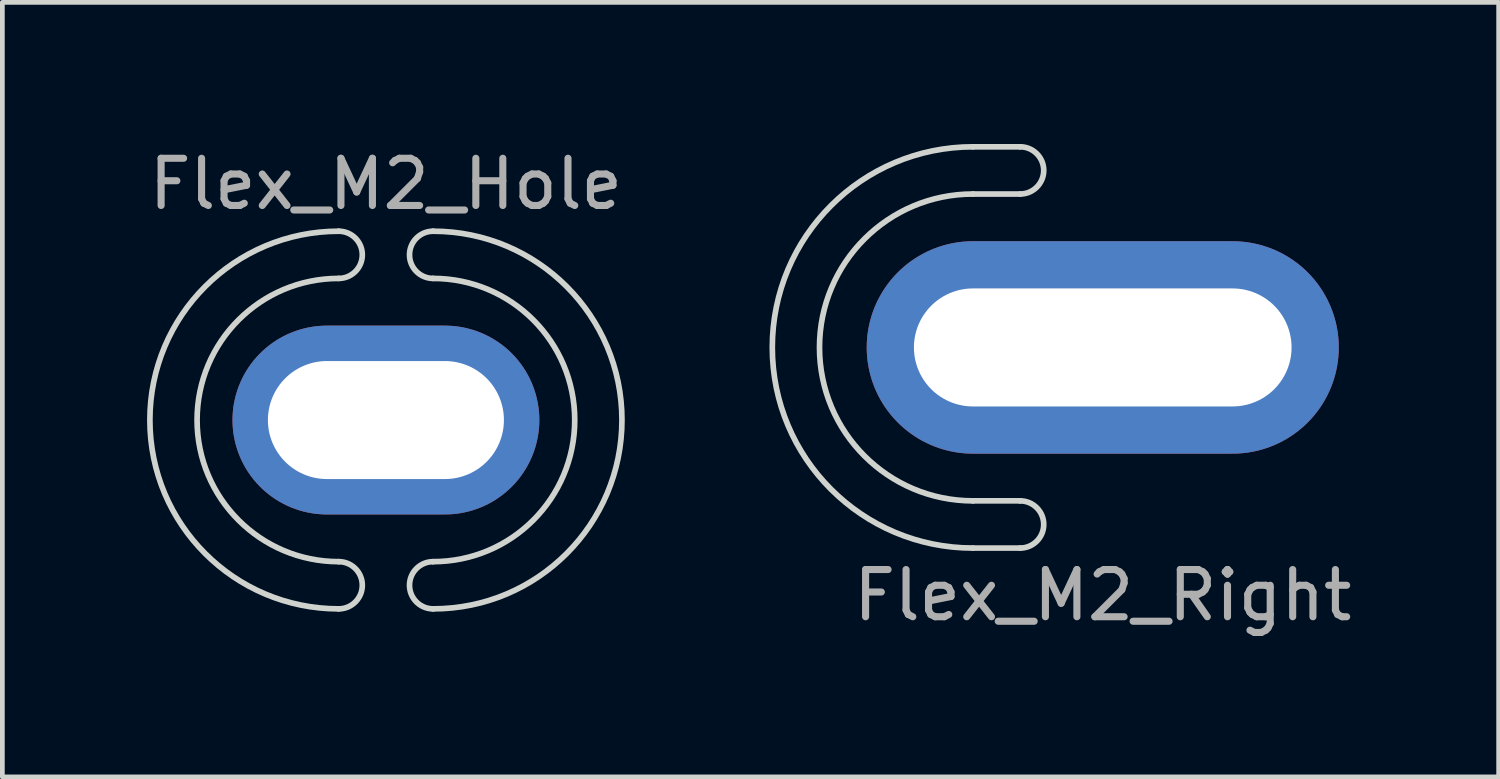
<source format=kicad_pcb>
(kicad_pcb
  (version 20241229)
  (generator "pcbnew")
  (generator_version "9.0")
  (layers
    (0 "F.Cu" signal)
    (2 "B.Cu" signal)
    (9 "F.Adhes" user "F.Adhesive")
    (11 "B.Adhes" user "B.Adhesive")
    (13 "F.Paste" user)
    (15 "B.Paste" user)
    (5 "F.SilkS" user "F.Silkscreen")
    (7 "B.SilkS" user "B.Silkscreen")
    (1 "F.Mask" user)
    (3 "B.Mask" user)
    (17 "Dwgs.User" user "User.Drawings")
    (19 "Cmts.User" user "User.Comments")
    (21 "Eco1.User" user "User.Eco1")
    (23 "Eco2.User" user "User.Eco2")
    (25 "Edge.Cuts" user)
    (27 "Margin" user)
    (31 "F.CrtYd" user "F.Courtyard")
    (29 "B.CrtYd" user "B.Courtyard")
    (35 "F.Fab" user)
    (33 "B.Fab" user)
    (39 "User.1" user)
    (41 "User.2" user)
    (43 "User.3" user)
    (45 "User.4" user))
  (footprint "Flex_M2_Right"
    (layer "F.Cu")
    (at 20.31 4.31)
    (property "Reference" "Flex_M2_Right" (at 0 5.25 0) (layer "F.Fab") (effects (font (size 1 1) (thickness 0.15))))
    (attr through_hole)
    (fp_line (start -2.75 -4.25) (end -1.75 -4.25) (stroke (width 0.12) (type solid)) (layer "Edge.Cuts"))
    (fp_line (start -2.75 -3.25) (end -1.75 -3.25) (stroke (width 0.12) (type solid)) (layer "Edge.Cuts"))
    (fp_line (start -2.75 3.25) (end -1.75 3.25) (stroke (width 0.12) (type solid)) (layer "Edge.Cuts"))
    (fp_line (start -2.75 4.25) (end -1.75 4.25) (stroke (width 0.12) (type solid)) (layer "Edge.Cuts"))
    (fp_arc (start -2.75 3.25) (mid -6 0) (end -2.75 -3.25) (stroke (width 0.12) (type solid)) (layer "Edge.Cuts"))
    (fp_arc (start -2.75 4.25) (mid -7 0) (end -2.75 -4.25) (stroke (width 0.12) (type solid)) (layer "Edge.Cuts"))
    (fp_arc (start -1.75 -4.25) (mid -1.25 -3.75) (end -1.75 -3.25) (stroke (width 0.12) (type solid)) (layer "Edge.Cuts"))
    (fp_arc (start -1.75 3.25) (mid -1.25 3.75) (end -1.75 4.25) (stroke (width 0.12) (type solid)) (layer "Edge.Cuts"))
    (pad "" thru_hole oval (at 0 0) (size 10 4.5) (drill oval 8 2.5) (layers "*.Cu" "*.Mask")))
  (footprint "Flex_M2_Hole"
    (layer "F.Cu")
    (at 5.125 5.848)
    (property "Reference" "Flex_M2_Hole" (at 0 -5 0) (layer "F.Fab") (effects (font (size 1 1) (thickness 0.15))))
    (attr through_hole)
    (fp_arc (start -1 -4) (mid -0.5 -3.5) (end -1 -3) (stroke (width 0.12) (type solid)) (layer "Edge.Cuts"))
    (fp_arc (start -1 3) (mid -4 0) (end -1 -3) (stroke (width 0.12) (type solid)) (layer "Edge.Cuts"))
    (fp_arc (start -1 3) (mid -0.5 3.5) (end -1 4) (stroke (width 0.12) (type solid)) (layer "Edge.Cuts"))
    (fp_arc (start -1 4) (mid -5 0) (end -1 -4) (stroke (width 0.12) (type solid)) (layer "Edge.Cuts"))
    (fp_arc (start 1 -4) (mid 5 0) (end 1 4) (stroke (width 0.12) (type solid)) (layer "Edge.Cuts"))
    (fp_arc (start 1 -3) (mid 0.5 -3.5) (end 1 -4) (stroke (width 0.12) (type solid)) (layer "Edge.Cuts"))
    (fp_arc (start 1 -3) (mid 4 0) (end 1 3) (stroke (width 0.12) (type solid)) (layer "Edge.Cuts"))
    (fp_arc (start 1 4) (mid 0.5 3.5) (end 1 3) (stroke (width 0.12) (type solid)) (layer "Edge.Cuts"))
    (pad "" thru_hole oval (at 0 0) (size 6.5 4) (drill oval 5 2.5) (layers "*.Cu" "*.Mask")))
  (gr_rect
    (start -3 -3)
    (end 28.697 13.408)
    (stroke (width 0.1) (type default))
    (fill no)
    (layer "Edge.Cuts")))
</source>
